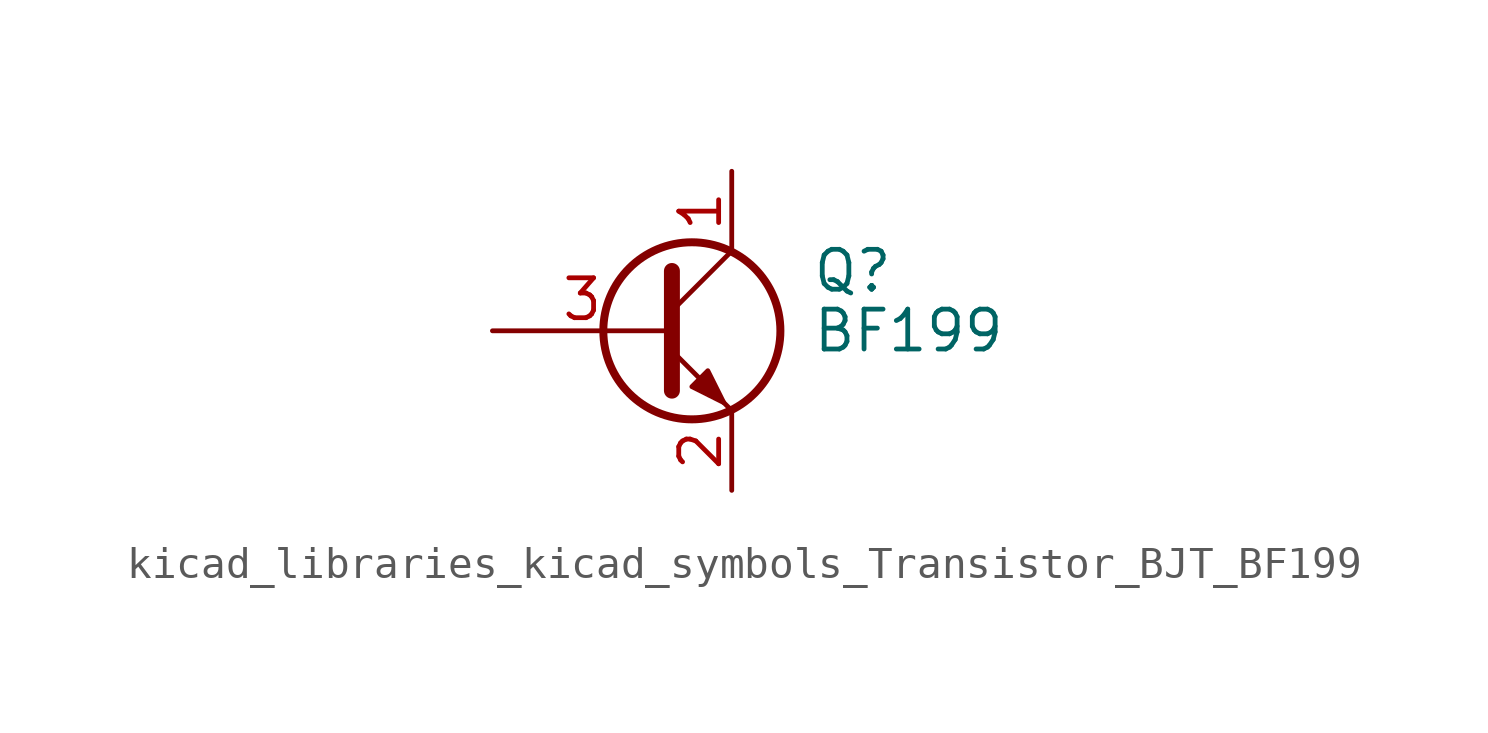
<source format=kicad_sym>
(kicad_symbol_lib
  (version 20220914)
  (generator kicad_symbol_editor)
  (symbol "kicad_libraries_kicad_symbols_Transistor_BJT_BF199"
    (pin_names
      (offset 0) hide)
    (property "Reference" "Q"
      (at 5.08 1.905 0)
      (effects (font (size 1.27 1.27)) (justify left)))
    (property "Value" "BF199"
      (at 5.08 0 0)
      (effects (font (size 1.27 1.27)) (justify left)))
    (symbol "kicad_libraries_kicad_symbols_Transistor_BJT_BF199_0_1"
      (polyline (pts (xy 0.635 0.635) (xy 2.54 2.54)) (stroke (width 0) (type default)) (fill (type none)))
      (polyline (pts (xy 0.635 -0.635) (xy 2.54 -2.54) (xy 2.54 -2.54)) (stroke (width 0) (type default)) (fill (type none)))
      (polyline (pts (xy 0.635 1.905) (xy 0.635 -1.905) (xy 0.635 -1.905)) (stroke (width 0.508) (type default)) (fill (type none)))
      (polyline (pts (xy 1.27 -1.778) (xy 1.778 -1.27) (xy 2.286 -2.286) (xy 1.27 -1.778) (xy 1.27 -1.778)) (stroke (width 0) (type default)) (fill (type outline)))
      (circle (center 1.27 0) (radius 2.819) (stroke (width 0.254) (type default)) (fill (type none))))
    (symbol "kicad_libraries_kicad_symbols_Transistor_BJT_BF199_1_1"
      (pin passive line (at 2.54 5.08 270) (length 2.54) (name "C" (effects (font (size 1.27 1.27)))) (number "1" (effects (font (size 1.27 1.27)))))
      (pin passive line (at 2.54 -5.08 90) (length 2.54) (name "E" (effects (font (size 1.27 1.27)))) (number "2" (effects (font (size 1.27 1.27)))))
      (pin input line (at -5.08 0 0) (length 5.715) (name "B" (effects (font (size 1.27 1.27)))) (number "3" (effects (font (size 1.27 1.27))))))))
</source>
